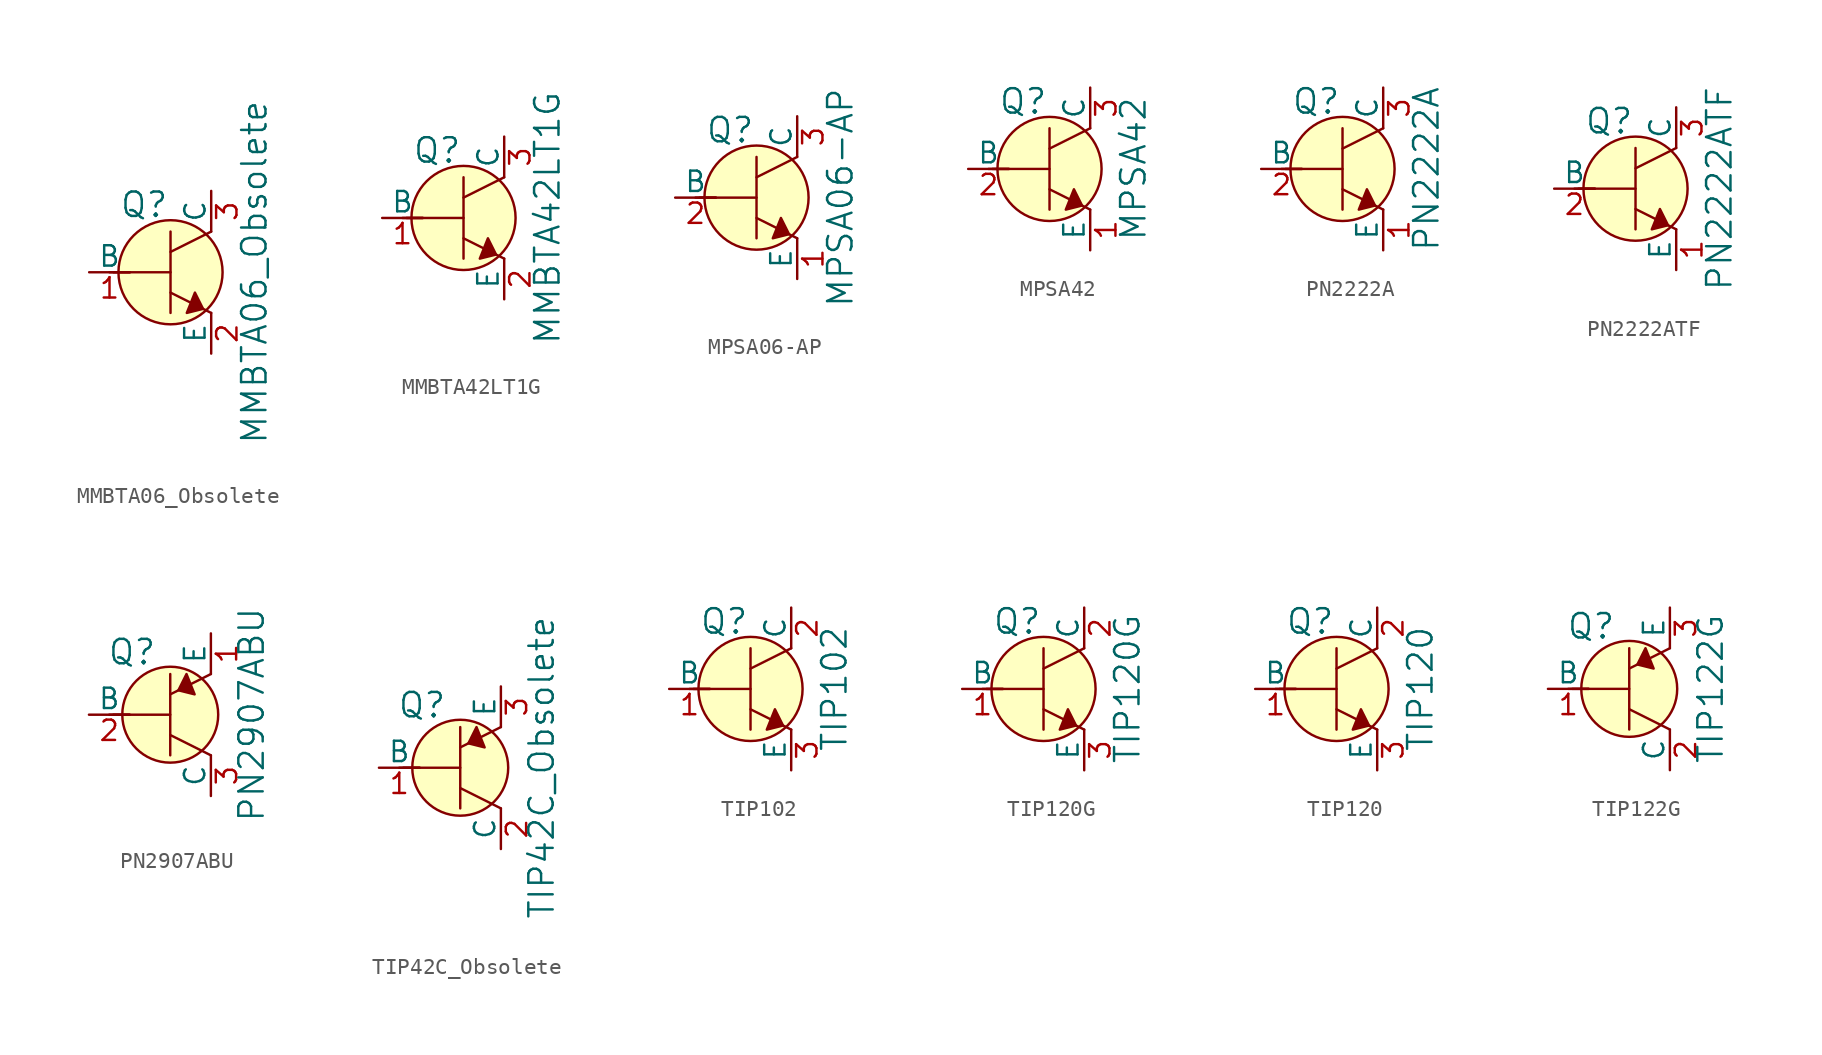
<source format=kicad_sym>
(kicad_symbol_lib
  (version 20211014)
  (generator kicad_symbol_editor)
  (symbol "MMBTA06_Obsolete"
    (pin_names
      (offset 0))
    (property "Reference" "Q"
      (at -3.2 4.216 0)
      (effects (font (size 1.524 1.524)) (justify left)))
    (property "Value" "MMBTA06_Obsolete"
      (at 5.232 0 90)
      (effects (font (size 1.524 1.524))))
    (symbol "MMBTA06_Obsolete_0_1"
      (polyline (pts (xy -3.81 0) (xy -2.54 0)) (stroke (width 0) (type default) (color 0 0 0 0)) (fill (type none)))
      (polyline (pts (xy -3.556 0) (xy 0 0)) (stroke (width 0) (type default) (color 0 0 0 0)) (fill (type none)))
      (polyline (pts (xy 0 -1.27) (xy 2.54 -2.54)) (stroke (width 0) (type default) (color 0 0 0 0)) (fill (type none)))
      (polyline (pts (xy 0 1.27) (xy 2.54 2.54)) (stroke (width 0) (type default) (color 0 0 0 0)) (fill (type none)))
      (polyline (pts (xy 0 2.54) (xy 0 -2.54)) (stroke (width 0) (type default) (color 0 0 0 0)) (fill (type none)))
      (polyline (pts (xy 1.524 -1.27) (xy 2.032 -2.286) (xy 1.016 -2.54) (xy 1.524 -1.27)) (stroke (width 0) (type default) (color 0 0 0 0)) (fill (type outline)))
      (circle (center 0 0) (radius 3.251) (stroke (width 0) (type default) (color 0 0 0 0)) (fill (type background))))
    (symbol "MMBTA06_Obsolete_1_1"
      (pin input line (at -5.08 0 0) (length 2.54) (name "B" (effects (font (size 1.27 1.27)))) (number "1" (effects (font (size 1.27 1.27)))))
      (pin passive line (at 2.54 -5.08 90) (length 2.54) (name "E" (effects (font (size 1.27 1.27)))) (number "2" (effects (font (size 1.27 1.27)))))
      (pin passive line (at 2.54 5.08 270) (length 2.54) (name "C" (effects (font (size 1.27 1.27)))) (number "3" (effects (font (size 1.27 1.27)))))))
  (symbol "MMBTA42LT1G"
    (pin_names
      (offset 0))
    (property "Reference" "Q"
      (at -3.2 4.216 0)
      (effects (font (size 1.524 1.524)) (justify left)))
    (property "Value" "MMBTA42LT1G"
      (at 5.232 0 90)
      (effects (font (size 1.524 1.524))))
    (symbol "MMBTA42LT1G_0_1"
      (polyline (pts (xy -3.81 0) (xy -2.54 0)) (stroke (width 0) (type default) (color 0 0 0 0)) (fill (type none)))
      (polyline (pts (xy -3.556 0) (xy 0 0)) (stroke (width 0) (type default) (color 0 0 0 0)) (fill (type none)))
      (polyline (pts (xy 0 -1.27) (xy 2.54 -2.54)) (stroke (width 0) (type default) (color 0 0 0 0)) (fill (type none)))
      (polyline (pts (xy 0 1.27) (xy 2.54 2.54)) (stroke (width 0) (type default) (color 0 0 0 0)) (fill (type none)))
      (polyline (pts (xy 0 2.54) (xy 0 -2.54)) (stroke (width 0) (type default) (color 0 0 0 0)) (fill (type none)))
      (polyline (pts (xy 1.524 -1.27) (xy 2.032 -2.286) (xy 1.016 -2.54) (xy 1.524 -1.27)) (stroke (width 0) (type default) (color 0 0 0 0)) (fill (type outline)))
      (circle (center 0 0) (radius 3.251) (stroke (width 0) (type default) (color 0 0 0 0)) (fill (type background))))
    (symbol "MMBTA42LT1G_1_1"
      (pin input line (at -5.08 0 0) (length 2.54) (name "B" (effects (font (size 1.27 1.27)))) (number "1" (effects (font (size 1.27 1.27)))))
      (pin passive line (at 2.54 -5.08 90) (length 2.54) (name "E" (effects (font (size 1.27 1.27)))) (number "2" (effects (font (size 1.27 1.27)))))
      (pin passive line (at 2.54 5.08 270) (length 2.54) (name "C" (effects (font (size 1.27 1.27)))) (number "3" (effects (font (size 1.27 1.27)))))))
  (symbol "MPSA06-AP"
    (pin_names
      (offset 0))
    (property "Reference" "Q"
      (at -3.2 4.216 0)
      (effects (font (size 1.524 1.524)) (justify left)))
    (property "Value" "MPSA06-AP"
      (at 5.232 0 90)
      (effects (font (size 1.524 1.524))))
    (symbol "MPSA06-AP_0_1"
      (polyline (pts (xy -3.81 0) (xy -2.54 0)) (stroke (width 0) (type default) (color 0 0 0 0)) (fill (type none)))
      (polyline (pts (xy -3.556 0) (xy 0 0)) (stroke (width 0) (type default) (color 0 0 0 0)) (fill (type none)))
      (polyline (pts (xy 0 -1.27) (xy 2.54 -2.54)) (stroke (width 0) (type default) (color 0 0 0 0)) (fill (type none)))
      (polyline (pts (xy 0 1.27) (xy 2.54 2.54)) (stroke (width 0) (type default) (color 0 0 0 0)) (fill (type none)))
      (polyline (pts (xy 0 2.54) (xy 0 -2.54)) (stroke (width 0) (type default) (color 0 0 0 0)) (fill (type none)))
      (polyline (pts (xy 1.524 -1.27) (xy 2.032 -2.286) (xy 1.016 -2.54) (xy 1.524 -1.27)) (stroke (width 0) (type default) (color 0 0 0 0)) (fill (type outline)))
      (circle (center 0 0) (radius 3.251) (stroke (width 0) (type default) (color 0 0 0 0)) (fill (type background))))
    (symbol "MPSA06-AP_1_1"
      (pin passive line (at 2.54 -5.08 90) (length 2.54) (name "E" (effects (font (size 1.27 1.27)))) (number "1" (effects (font (size 1.27 1.27)))))
      (pin input line (at -5.08 0 0) (length 2.54) (name "B" (effects (font (size 1.27 1.27)))) (number "2" (effects (font (size 1.27 1.27)))))
      (pin passive line (at 2.54 5.08 270) (length 2.54) (name "C" (effects (font (size 1.27 1.27)))) (number "3" (effects (font (size 1.27 1.27)))))))
  (symbol "MPSA42"
    (pin_names
      (offset 0))
    (property "Reference" "Q"
      (at -3.2 4.216 0)
      (effects (font (size 1.524 1.524)) (justify left)))
    (property "Value" "MPSA42"
      (at 5.232 0 90)
      (effects (font (size 1.524 1.524))))
    (symbol "MPSA42_0_1"
      (polyline (pts (xy -3.81 0) (xy -2.54 0)) (stroke (width 0) (type default) (color 0 0 0 0)) (fill (type none)))
      (polyline (pts (xy -3.556 0) (xy 0 0)) (stroke (width 0) (type default) (color 0 0 0 0)) (fill (type none)))
      (polyline (pts (xy 0 -1.27) (xy 2.54 -2.54)) (stroke (width 0) (type default) (color 0 0 0 0)) (fill (type none)))
      (polyline (pts (xy 0 1.27) (xy 2.54 2.54)) (stroke (width 0) (type default) (color 0 0 0 0)) (fill (type none)))
      (polyline (pts (xy 0 2.54) (xy 0 -2.54)) (stroke (width 0) (type default) (color 0 0 0 0)) (fill (type none)))
      (polyline (pts (xy 1.524 -1.27) (xy 2.032 -2.286) (xy 1.016 -2.54) (xy 1.524 -1.27)) (stroke (width 0) (type default) (color 0 0 0 0)) (fill (type outline)))
      (circle (center 0 0) (radius 3.251) (stroke (width 0) (type default) (color 0 0 0 0)) (fill (type background))))
    (symbol "MPSA42_1_1"
      (pin passive line (at 2.54 -5.08 90) (length 2.54) (name "E" (effects (font (size 1.27 1.27)))) (number "1" (effects (font (size 1.27 1.27)))))
      (pin input line (at -5.08 0 0) (length 2.54) (name "B" (effects (font (size 1.27 1.27)))) (number "2" (effects (font (size 1.27 1.27)))))
      (pin passive line (at 2.54 5.08 270) (length 2.54) (name "C" (effects (font (size 1.27 1.27)))) (number "3" (effects (font (size 1.27 1.27)))))))
  (symbol "PN2222A"
    (pin_names
      (offset 0))
    (property "Reference" "Q"
      (at -3.2 4.216 0)
      (effects (font (size 1.524 1.524)) (justify left)))
    (property "Value" "PN2222A"
      (at 5.232 0 90)
      (effects (font (size 1.524 1.524))))
    (symbol "PN2222A_0_1"
      (polyline (pts (xy -3.81 0) (xy -2.54 0)) (stroke (width 0) (type default) (color 0 0 0 0)) (fill (type none)))
      (polyline (pts (xy -3.556 0) (xy 0 0)) (stroke (width 0) (type default) (color 0 0 0 0)) (fill (type none)))
      (polyline (pts (xy 0 -1.27) (xy 2.54 -2.54)) (stroke (width 0) (type default) (color 0 0 0 0)) (fill (type none)))
      (polyline (pts (xy 0 1.27) (xy 2.54 2.54)) (stroke (width 0) (type default) (color 0 0 0 0)) (fill (type none)))
      (polyline (pts (xy 0 2.54) (xy 0 -2.54)) (stroke (width 0) (type default) (color 0 0 0 0)) (fill (type none)))
      (polyline (pts (xy 1.524 -1.27) (xy 2.032 -2.286) (xy 1.016 -2.54) (xy 1.524 -1.27)) (stroke (width 0) (type default) (color 0 0 0 0)) (fill (type outline)))
      (circle (center 0 0) (radius 3.251) (stroke (width 0) (type default) (color 0 0 0 0)) (fill (type background))))
    (symbol "PN2222A_1_1"
      (pin passive line (at 2.54 -5.08 90) (length 2.54) (name "E" (effects (font (size 1.27 1.27)))) (number "1" (effects (font (size 1.27 1.27)))))
      (pin input line (at -5.08 0 0) (length 2.54) (name "B" (effects (font (size 1.27 1.27)))) (number "2" (effects (font (size 1.27 1.27)))))
      (pin passive line (at 2.54 5.08 270) (length 2.54) (name "C" (effects (font (size 1.27 1.27)))) (number "3" (effects (font (size 1.27 1.27)))))))
  (symbol "PN2222ATF"
    (pin_names
      (offset 0))
    (property "Reference" "Q"
      (at -3.2 4.216 0)
      (effects (font (size 1.524 1.524)) (justify left)))
    (property "Value" "PN2222ATF"
      (at 5.232 0 90)
      (effects (font (size 1.524 1.524))))
    (symbol "PN2222ATF_0_1"
      (polyline (pts (xy -3.81 0) (xy -2.54 0)) (stroke (width 0) (type default) (color 0 0 0 0)) (fill (type none)))
      (polyline (pts (xy -3.556 0) (xy 0 0)) (stroke (width 0) (type default) (color 0 0 0 0)) (fill (type none)))
      (polyline (pts (xy 0 -1.27) (xy 2.54 -2.54)) (stroke (width 0) (type default) (color 0 0 0 0)) (fill (type none)))
      (polyline (pts (xy 0 1.27) (xy 2.54 2.54)) (stroke (width 0) (type default) (color 0 0 0 0)) (fill (type none)))
      (polyline (pts (xy 0 2.54) (xy 0 -2.54)) (stroke (width 0) (type default) (color 0 0 0 0)) (fill (type none)))
      (polyline (pts (xy 1.524 -1.27) (xy 2.032 -2.286) (xy 1.016 -2.54) (xy 1.524 -1.27)) (stroke (width 0) (type default) (color 0 0 0 0)) (fill (type outline)))
      (circle (center 0 0) (radius 3.251) (stroke (width 0) (type default) (color 0 0 0 0)) (fill (type background))))
    (symbol "PN2222ATF_1_1"
      (pin passive line (at 2.54 -5.08 90) (length 2.54) (name "E" (effects (font (size 1.27 1.27)))) (number "1" (effects (font (size 1.27 1.27)))))
      (pin input line (at -5.08 0 0) (length 2.54) (name "B" (effects (font (size 1.27 1.27)))) (number "2" (effects (font (size 1.27 1.27)))))
      (pin passive line (at 2.54 5.08 270) (length 2.54) (name "C" (effects (font (size 1.27 1.27)))) (number "3" (effects (font (size 1.27 1.27)))))))
  (symbol "PN2907ABU"
    (pin_names
      (offset 0))
    (property "Reference" "Q"
      (at -2.388 3.912 0)
      (effects (font (size 1.524 1.524))))
    (property "Value" "PN2907ABU"
      (at 5.08 0 90)
      (effects (font (size 1.524 1.524))))
    (symbol "PN2907ABU_0_1"
      (polyline (pts (xy -3.81 0) (xy -2.54 0)) (stroke (width 0) (type default) (color 0 0 0 0)) (fill (type none)))
      (polyline (pts (xy -3.556 0) (xy 0 0)) (stroke (width 0) (type default) (color 0 0 0 0)) (fill (type none)))
      (polyline (pts (xy 0 -1.27) (xy 2.54 -2.54)) (stroke (width 0) (type default) (color 0 0 0 0)) (fill (type none)))
      (polyline (pts (xy 0 1.27) (xy 2.54 2.54)) (stroke (width 0) (type default) (color 0 0 0 0)) (fill (type none)))
      (polyline (pts (xy 0 2.54) (xy 0 -2.54)) (stroke (width 0) (type default) (color 0 0 0 0)) (fill (type none)))
      (polyline (pts (xy 1.016 2.54) (xy 0.508 1.524) (xy 1.524 1.27) (xy 1.016 2.54)) (stroke (width 0) (type default) (color 0 0 0 0)) (fill (type outline)))
      (circle (center 0 0) (radius 2.997) (stroke (width 0) (type default) (color 0 0 0 0)) (fill (type background))))
    (symbol "PN2907ABU_1_1"
      (pin passive line (at 2.54 5.08 270) (length 2.54) (name "E" (effects (font (size 1.27 1.27)))) (number "1" (effects (font (size 1.27 1.27)))))
      (pin input line (at -5.08 0 0) (length 2.54) (name "B" (effects (font (size 1.27 1.27)))) (number "2" (effects (font (size 1.27 1.27)))))
      (pin passive line (at 2.54 -5.08 90) (length 2.54) (name "C" (effects (font (size 1.27 1.27)))) (number "3" (effects (font (size 1.27 1.27)))))))
  (symbol "TIP42C_Obsolete"
    (pin_names
      (offset 0))
    (property "Reference" "Q"
      (at -2.388 3.912 0)
      (effects (font (size 1.524 1.524))))
    (property "Value" "TIP42C_Obsolete"
      (at 5.08 0 90)
      (effects (font (size 1.524 1.524))))
    (symbol "TIP42C_Obsolete_0_1"
      (polyline (pts (xy -3.81 0) (xy -2.54 0)) (stroke (width 0) (type default) (color 0 0 0 0)) (fill (type none)))
      (polyline (pts (xy -3.556 0) (xy 0 0)) (stroke (width 0) (type default) (color 0 0 0 0)) (fill (type none)))
      (polyline (pts (xy 0 -1.27) (xy 2.54 -2.54)) (stroke (width 0) (type default) (color 0 0 0 0)) (fill (type none)))
      (polyline (pts (xy 0 1.27) (xy 2.54 2.54)) (stroke (width 0) (type default) (color 0 0 0 0)) (fill (type none)))
      (polyline (pts (xy 0 2.54) (xy 0 -2.54)) (stroke (width 0) (type default) (color 0 0 0 0)) (fill (type none)))
      (polyline (pts (xy 1.016 2.54) (xy 0.508 1.524) (xy 1.524 1.27) (xy 1.016 2.54)) (stroke (width 0) (type default) (color 0 0 0 0)) (fill (type outline)))
      (circle (center 0 0) (radius 2.997) (stroke (width 0) (type default) (color 0 0 0 0)) (fill (type background))))
    (symbol "TIP42C_Obsolete_1_1"
      (pin input line (at -5.08 0 0) (length 2.54) (name "B" (effects (font (size 1.27 1.27)))) (number "1" (effects (font (size 1.27 1.27)))))
      (pin passive line (at 2.54 -5.08 90) (length 2.54) (name "C" (effects (font (size 1.27 1.27)))) (number "2" (effects (font (size 1.27 1.27)))))
      (pin passive line (at 2.54 5.08 270) (length 2.54) (name "E" (effects (font (size 1.27 1.27)))) (number "3" (effects (font (size 1.27 1.27)))))))
  (symbol "TIP102"
    (pin_names
      (offset 0))
    (property "Reference" "Q"
      (at -3.2 4.216 0)
      (effects (font (size 1.524 1.524)) (justify left)))
    (property "Value" "TIP102"
      (at 5.232 0 90)
      (effects (font (size 1.524 1.524))))
    (symbol "TIP102_0_1"
      (polyline (pts (xy -3.81 0) (xy -2.54 0)) (stroke (width 0) (type default) (color 0 0 0 0)) (fill (type none)))
      (polyline (pts (xy -3.556 0) (xy 0 0)) (stroke (width 0) (type default) (color 0 0 0 0)) (fill (type none)))
      (polyline (pts (xy 0 -1.27) (xy 2.54 -2.54)) (stroke (width 0) (type default) (color 0 0 0 0)) (fill (type none)))
      (polyline (pts (xy 0 1.27) (xy 2.54 2.54)) (stroke (width 0) (type default) (color 0 0 0 0)) (fill (type none)))
      (polyline (pts (xy 0 2.54) (xy 0 -2.54)) (stroke (width 0) (type default) (color 0 0 0 0)) (fill (type none)))
      (polyline (pts (xy 1.524 -1.27) (xy 2.032 -2.286) (xy 1.016 -2.54) (xy 1.524 -1.27)) (stroke (width 0) (type default) (color 0 0 0 0)) (fill (type outline)))
      (circle (center 0 0) (radius 3.251) (stroke (width 0) (type default) (color 0 0 0 0)) (fill (type background))))
    (symbol "TIP102_1_1"
      (pin input line (at -5.08 0 0) (length 2.54) (name "B" (effects (font (size 1.27 1.27)))) (number "1" (effects (font (size 1.27 1.27)))))
      (pin passive line (at 2.54 5.08 270) (length 2.54) (name "C" (effects (font (size 1.27 1.27)))) (number "2" (effects (font (size 1.27 1.27)))))
      (pin passive line (at 2.54 -5.08 90) (length 2.54) (name "E" (effects (font (size 1.27 1.27)))) (number "3" (effects (font (size 1.27 1.27)))))))
  (symbol "TIP120G"
    (pin_names
      (offset 0))
    (property "Reference" "Q"
      (at -3.2 4.216 0)
      (effects (font (size 1.524 1.524)) (justify left)))
    (property "Value" "TIP120G"
      (at 5.232 0 90)
      (effects (font (size 1.524 1.524))))
    (symbol "TIP120G_0_1"
      (polyline (pts (xy -3.81 0) (xy -2.54 0)) (stroke (width 0) (type default) (color 0 0 0 0)) (fill (type none)))
      (polyline (pts (xy -3.556 0) (xy 0 0)) (stroke (width 0) (type default) (color 0 0 0 0)) (fill (type none)))
      (polyline (pts (xy 0 -1.27) (xy 2.54 -2.54)) (stroke (width 0) (type default) (color 0 0 0 0)) (fill (type none)))
      (polyline (pts (xy 0 1.27) (xy 2.54 2.54)) (stroke (width 0) (type default) (color 0 0 0 0)) (fill (type none)))
      (polyline (pts (xy 0 2.54) (xy 0 -2.54)) (stroke (width 0) (type default) (color 0 0 0 0)) (fill (type none)))
      (polyline (pts (xy 1.524 -1.27) (xy 2.032 -2.286) (xy 1.016 -2.54) (xy 1.524 -1.27)) (stroke (width 0) (type default) (color 0 0 0 0)) (fill (type outline)))
      (circle (center 0 0) (radius 3.251) (stroke (width 0) (type default) (color 0 0 0 0)) (fill (type background))))
    (symbol "TIP120G_1_1"
      (pin input line (at -5.08 0 0) (length 2.54) (name "B" (effects (font (size 1.27 1.27)))) (number "1" (effects (font (size 1.27 1.27)))))
      (pin passive line (at 2.54 5.08 270) (length 2.54) (name "C" (effects (font (size 1.27 1.27)))) (number "2" (effects (font (size 1.27 1.27)))))
      (pin passive line (at 2.54 -5.08 90) (length 2.54) (name "E" (effects (font (size 1.27 1.27)))) (number "3" (effects (font (size 1.27 1.27)))))))
  (symbol "TIP120"
    (pin_names
      (offset 0))
    (property "Reference" "Q"
      (at -3.2 4.216 0)
      (effects (font (size 1.524 1.524)) (justify left)))
    (property "Value" "TIP120"
      (at 5.232 0 90)
      (effects (font (size 1.524 1.524))))
    (symbol "TIP120_0_1"
      (polyline (pts (xy -3.81 0) (xy -2.54 0)) (stroke (width 0) (type default) (color 0 0 0 0)) (fill (type none)))
      (polyline (pts (xy -3.556 0) (xy 0 0)) (stroke (width 0) (type default) (color 0 0 0 0)) (fill (type none)))
      (polyline (pts (xy 0 -1.27) (xy 2.54 -2.54)) (stroke (width 0) (type default) (color 0 0 0 0)) (fill (type none)))
      (polyline (pts (xy 0 1.27) (xy 2.54 2.54)) (stroke (width 0) (type default) (color 0 0 0 0)) (fill (type none)))
      (polyline (pts (xy 0 2.54) (xy 0 -2.54)) (stroke (width 0) (type default) (color 0 0 0 0)) (fill (type none)))
      (polyline (pts (xy 1.524 -1.27) (xy 2.032 -2.286) (xy 1.016 -2.54) (xy 1.524 -1.27)) (stroke (width 0) (type default) (color 0 0 0 0)) (fill (type outline)))
      (circle (center 0 0) (radius 3.251) (stroke (width 0) (type default) (color 0 0 0 0)) (fill (type background))))
    (symbol "TIP120_1_1"
      (pin input line (at -5.08 0 0) (length 2.54) (name "B" (effects (font (size 1.27 1.27)))) (number "1" (effects (font (size 1.27 1.27)))))
      (pin passive line (at 2.54 5.08 270) (length 2.54) (name "C" (effects (font (size 1.27 1.27)))) (number "2" (effects (font (size 1.27 1.27)))))
      (pin passive line (at 2.54 -5.08 90) (length 2.54) (name "E" (effects (font (size 1.27 1.27)))) (number "3" (effects (font (size 1.27 1.27)))))))
  (symbol "TIP122G"
    (pin_names
      (offset 0))
    (property "Reference" "Q"
      (at -2.388 3.912 0)
      (effects (font (size 1.524 1.524))))
    (property "Value" "TIP122G"
      (at 5.08 0 90)
      (effects (font (size 1.524 1.524))))
    (symbol "TIP122G_0_1"
      (polyline (pts (xy -3.81 0) (xy -2.54 0)) (stroke (width 0) (type default) (color 0 0 0 0)) (fill (type none)))
      (polyline (pts (xy -3.556 0) (xy 0 0)) (stroke (width 0) (type default) (color 0 0 0 0)) (fill (type none)))
      (polyline (pts (xy 0 -1.27) (xy 2.54 -2.54)) (stroke (width 0) (type default) (color 0 0 0 0)) (fill (type none)))
      (polyline (pts (xy 0 1.27) (xy 2.54 2.54)) (stroke (width 0) (type default) (color 0 0 0 0)) (fill (type none)))
      (polyline (pts (xy 0 2.54) (xy 0 -2.54)) (stroke (width 0) (type default) (color 0 0 0 0)) (fill (type none)))
      (polyline (pts (xy 1.016 2.54) (xy 0.508 1.524) (xy 1.524 1.27) (xy 1.016 2.54)) (stroke (width 0) (type default) (color 0 0 0 0)) (fill (type outline)))
      (circle (center 0 0) (radius 2.997) (stroke (width 0) (type default) (color 0 0 0 0)) (fill (type background))))
    (symbol "TIP122G_1_1"
      (pin input line (at -5.08 0 0) (length 2.54) (name "B" (effects (font (size 1.27 1.27)))) (number "1" (effects (font (size 1.27 1.27)))))
      (pin passive line (at 2.54 -5.08 90) (length 2.54) (name "C" (effects (font (size 1.27 1.27)))) (number "2" (effects (font (size 1.27 1.27)))))
      (pin passive line (at 2.54 5.08 270) (length 2.54) (name "E" (effects (font (size 1.27 1.27)))) (number "3" (effects (font (size 1.27 1.27))))))))
</source>
